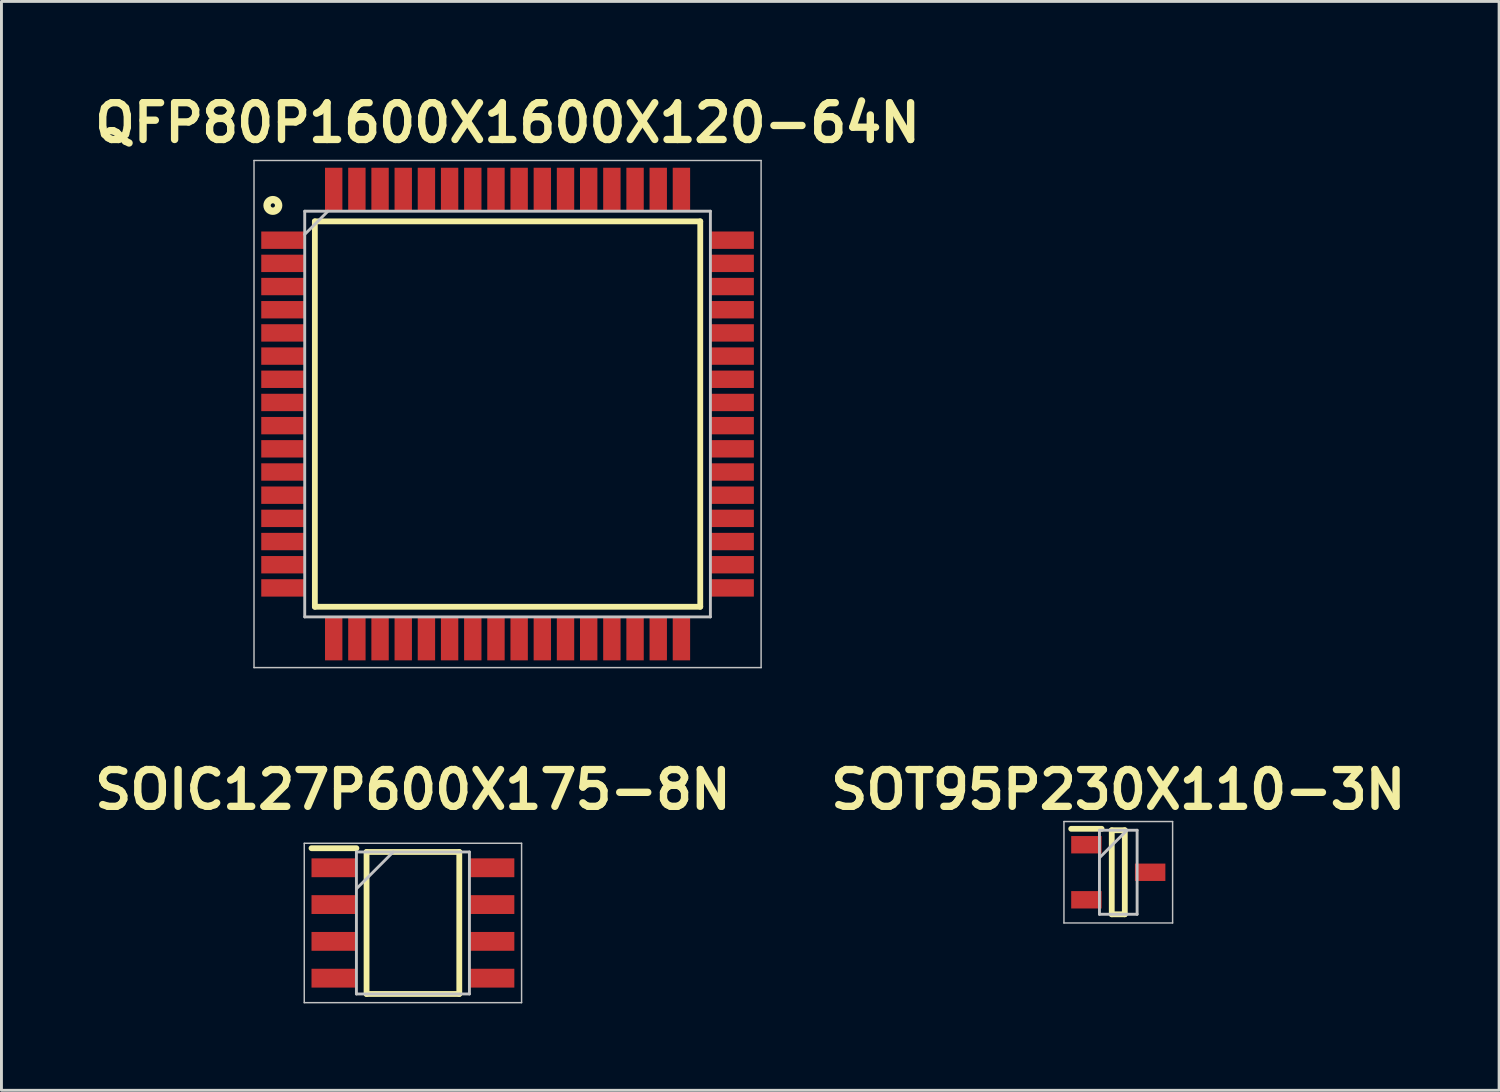
<source format=kicad_pcb>
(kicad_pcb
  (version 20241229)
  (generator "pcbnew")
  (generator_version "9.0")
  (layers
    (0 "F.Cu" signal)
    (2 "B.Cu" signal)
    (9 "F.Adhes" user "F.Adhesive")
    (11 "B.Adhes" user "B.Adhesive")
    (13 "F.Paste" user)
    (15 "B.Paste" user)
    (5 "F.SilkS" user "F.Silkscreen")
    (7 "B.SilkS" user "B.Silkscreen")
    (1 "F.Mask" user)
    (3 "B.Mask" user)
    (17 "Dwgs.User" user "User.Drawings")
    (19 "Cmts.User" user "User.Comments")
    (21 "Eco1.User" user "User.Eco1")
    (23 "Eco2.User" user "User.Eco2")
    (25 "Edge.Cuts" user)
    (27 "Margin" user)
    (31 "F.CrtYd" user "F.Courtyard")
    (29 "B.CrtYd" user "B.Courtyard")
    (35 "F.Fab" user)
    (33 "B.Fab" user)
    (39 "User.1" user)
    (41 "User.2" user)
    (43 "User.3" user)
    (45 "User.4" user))
  (footprint "QFP80P1600X1600X120-64N"
    (layer "F.Cu")
    (at 14.466 11.239)
    (property "Reference" "QFP80P1600X1600X120-64N" (at 0 -10.05 0) (layer "F.SilkS") (effects (font (size 1.27 1.27) (thickness 0.254))))
    (attr smd)
    (fp_line (start -6.65 -6.65) (end 6.65 -6.65) (stroke (width 0.2) (type solid)) (layer "F.SilkS"))
    (fp_line (start -6.65 6.65) (end -6.65 -6.65) (stroke (width 0.2) (type solid)) (layer "F.SilkS"))
    (fp_line (start 6.65 -6.65) (end 6.65 6.65) (stroke (width 0.2) (type solid)) (layer "F.SilkS"))
    (fp_line (start 6.65 6.65) (end -6.65 6.65) (stroke (width 0.2) (type solid)) (layer "F.SilkS"))
    (fp_circle (center -8.1 -7.2) (end -8.3 -7.2) (stroke (width 0.254) (type solid)) (fill no) (layer "F.SilkS"))
    (fp_line (start -8.75 -8.75) (end 8.75 -8.75) (stroke (width 0.05) (type solid)) (layer "Dwgs.User"))
    (fp_line (start -8.75 8.75) (end -8.75 -8.75) (stroke (width 0.05) (type solid)) (layer "Dwgs.User"))
    (fp_line (start -7 -7) (end 7 -7) (stroke (width 0.1) (type solid)) (layer "Dwgs.User"))
    (fp_line (start -7 -6.2) (end -6.2 -7) (stroke (width 0.1) (type solid)) (layer "Dwgs.User"))
    (fp_line (start -7 7) (end -7 -7) (stroke (width 0.1) (type solid)) (layer "Dwgs.User"))
    (fp_line (start 7 -7) (end 7 7) (stroke (width 0.1) (type solid)) (layer "Dwgs.User"))
    (fp_line (start 7 7) (end -7 7) (stroke (width 0.1) (type solid)) (layer "Dwgs.User"))
    (fp_line (start 8.75 -8.75) (end 8.75 8.75) (stroke (width 0.05) (type solid)) (layer "Dwgs.User"))
    (fp_line (start 8.75 8.75) (end -8.75 8.75) (stroke (width 0.05) (type solid)) (layer "Dwgs.User"))
    (pad "1" smd rect (at -7.75 -6 90) (size 0.6 1.5) (layers "F.Cu" "F.Mask" "F.Paste"))
    (pad "2" smd rect (at -7.75 -5.2 90) (size 0.6 1.5) (layers "F.Cu" "F.Mask" "F.Paste"))
    (pad "3" smd rect (at -7.75 -4.4 90) (size 0.6 1.5) (layers "F.Cu" "F.Mask" "F.Paste"))
    (pad "4" smd rect (at -7.75 -3.6 90) (size 0.6 1.5) (layers "F.Cu" "F.Mask" "F.Paste"))
    (pad "5" smd rect (at -7.75 -2.8 90) (size 0.6 1.5) (layers "F.Cu" "F.Mask" "F.Paste"))
    (pad "6" smd rect (at -7.75 -2 90) (size 0.6 1.5) (layers "F.Cu" "F.Mask" "F.Paste"))
    (pad "7" smd rect (at -7.75 -1.2 90) (size 0.6 1.5) (layers "F.Cu" "F.Mask" "F.Paste"))
    (pad "8" smd rect (at -7.75 -0.4 90) (size 0.6 1.5) (layers "F.Cu" "F.Mask" "F.Paste"))
    (pad "9" smd rect (at -7.75 0.4 90) (size 0.6 1.5) (layers "F.Cu" "F.Mask" "F.Paste"))
    (pad "10" smd rect (at -7.75 1.2 90) (size 0.6 1.5) (layers "F.Cu" "F.Mask" "F.Paste"))
    (pad "11" smd rect (at -7.75 2 90) (size 0.6 1.5) (layers "F.Cu" "F.Mask" "F.Paste"))
    (pad "12" smd rect (at -7.75 2.8 90) (size 0.6 1.5) (layers "F.Cu" "F.Mask" "F.Paste"))
    (pad "13" smd rect (at -7.75 3.6 90) (size 0.6 1.5) (layers "F.Cu" "F.Mask" "F.Paste"))
    (pad "14" smd rect (at -7.75 4.4 90) (size 0.6 1.5) (layers "F.Cu" "F.Mask" "F.Paste"))
    (pad "15" smd rect (at -7.75 5.2 90) (size 0.6 1.5) (layers "F.Cu" "F.Mask" "F.Paste"))
    (pad "16" smd rect (at -7.75 6 90) (size 0.6 1.5) (layers "F.Cu" "F.Mask" "F.Paste"))
    (pad "17" smd rect (at -6 7.75) (size 0.6 1.5) (layers "F.Cu" "F.Mask" "F.Paste"))
    (pad "18" smd rect (at -5.2 7.75) (size 0.6 1.5) (layers "F.Cu" "F.Mask" "F.Paste"))
    (pad "19" smd rect (at -4.4 7.75) (size 0.6 1.5) (layers "F.Cu" "F.Mask" "F.Paste"))
    (pad "20" smd rect (at -3.6 7.75) (size 0.6 1.5) (layers "F.Cu" "F.Mask" "F.Paste"))
    (pad "21" smd rect (at -2.8 7.75) (size 0.6 1.5) (layers "F.Cu" "F.Mask" "F.Paste"))
    (pad "22" smd rect (at -2 7.75) (size 0.6 1.5) (layers "F.Cu" "F.Mask" "F.Paste"))
    (pad "23" smd rect (at -1.2 7.75) (size 0.6 1.5) (layers "F.Cu" "F.Mask" "F.Paste"))
    (pad "24" smd rect (at -0.4 7.75) (size 0.6 1.5) (layers "F.Cu" "F.Mask" "F.Paste"))
    (pad "25" smd rect (at 0.4 7.75) (size 0.6 1.5) (layers "F.Cu" "F.Mask" "F.Paste"))
    (pad "26" smd rect (at 1.2 7.75) (size 0.6 1.5) (layers "F.Cu" "F.Mask" "F.Paste"))
    (pad "27" smd rect (at 2 7.75) (size 0.6 1.5) (layers "F.Cu" "F.Mask" "F.Paste"))
    (pad "28" smd rect (at 2.8 7.75) (size 0.6 1.5) (layers "F.Cu" "F.Mask" "F.Paste"))
    (pad "29" smd rect (at 3.6 7.75) (size 0.6 1.5) (layers "F.Cu" "F.Mask" "F.Paste"))
    (pad "30" smd rect (at 4.4 7.75) (size 0.6 1.5) (layers "F.Cu" "F.Mask" "F.Paste"))
    (pad "31" smd rect (at 5.2 7.75) (size 0.6 1.5) (layers "F.Cu" "F.Mask" "F.Paste"))
    (pad "32" smd rect (at 6 7.75) (size 0.6 1.5) (layers "F.Cu" "F.Mask" "F.Paste"))
    (pad "33" smd rect (at 7.75 6 90) (size 0.6 1.5) (layers "F.Cu" "F.Mask" "F.Paste"))
    (pad "34" smd rect (at 7.75 5.2 90) (size 0.6 1.5) (layers "F.Cu" "F.Mask" "F.Paste"))
    (pad "35" smd rect (at 7.75 4.4 90) (size 0.6 1.5) (layers "F.Cu" "F.Mask" "F.Paste"))
    (pad "36" smd rect (at 7.75 3.6 90) (size 0.6 1.5) (layers "F.Cu" "F.Mask" "F.Paste"))
    (pad "37" smd rect (at 7.75 2.8 90) (size 0.6 1.5) (layers "F.Cu" "F.Mask" "F.Paste"))
    (pad "38" smd rect (at 7.75 2 90) (size 0.6 1.5) (layers "F.Cu" "F.Mask" "F.Paste"))
    (pad "39" smd rect (at 7.75 1.2 90) (size 0.6 1.5) (layers "F.Cu" "F.Mask" "F.Paste"))
    (pad "40" smd rect (at 7.75 0.4 90) (size 0.6 1.5) (layers "F.Cu" "F.Mask" "F.Paste"))
    (pad "41" smd rect (at 7.75 -0.4 90) (size 0.6 1.5) (layers "F.Cu" "F.Mask" "F.Paste"))
    (pad "42" smd rect (at 7.75 -1.2 90) (size 0.6 1.5) (layers "F.Cu" "F.Mask" "F.Paste"))
    (pad "43" smd rect (at 7.75 -2 90) (size 0.6 1.5) (layers "F.Cu" "F.Mask" "F.Paste"))
    (pad "44" smd rect (at 7.75 -2.8 90) (size 0.6 1.5) (layers "F.Cu" "F.Mask" "F.Paste"))
    (pad "45" smd rect (at 7.75 -3.6 90) (size 0.6 1.5) (layers "F.Cu" "F.Mask" "F.Paste"))
    (pad "46" smd rect (at 7.75 -4.4 90) (size 0.6 1.5) (layers "F.Cu" "F.Mask" "F.Paste"))
    (pad "47" smd rect (at 7.75 -5.2 90) (size 0.6 1.5) (layers "F.Cu" "F.Mask" "F.Paste"))
    (pad "48" smd rect (at 7.75 -6 90) (size 0.6 1.5) (layers "F.Cu" "F.Mask" "F.Paste"))
    (pad "49" smd rect (at 6 -7.75) (size 0.6 1.5) (layers "F.Cu" "F.Mask" "F.Paste"))
    (pad "50" smd rect (at 5.2 -7.75) (size 0.6 1.5) (layers "F.Cu" "F.Mask" "F.Paste"))
    (pad "51" smd rect (at 4.4 -7.75) (size 0.6 1.5) (layers "F.Cu" "F.Mask" "F.Paste"))
    (pad "52" smd rect (at 3.6 -7.75) (size 0.6 1.5) (layers "F.Cu" "F.Mask" "F.Paste"))
    (pad "53" smd rect (at 2.8 -7.75) (size 0.6 1.5) (layers "F.Cu" "F.Mask" "F.Paste"))
    (pad "54" smd rect (at 2 -7.75) (size 0.6 1.5) (layers "F.Cu" "F.Mask" "F.Paste"))
    (pad "55" smd rect (at 1.2 -7.75) (size 0.6 1.5) (layers "F.Cu" "F.Mask" "F.Paste"))
    (pad "56" smd rect (at 0.4 -7.75) (size 0.6 1.5) (layers "F.Cu" "F.Mask" "F.Paste"))
    (pad "57" smd rect (at -0.4 -7.75) (size 0.6 1.5) (layers "F.Cu" "F.Mask" "F.Paste"))
    (pad "58" smd rect (at -1.2 -7.75) (size 0.6 1.5) (layers "F.Cu" "F.Mask" "F.Paste"))
    (pad "59" smd rect (at -2 -7.75) (size 0.6 1.5) (layers "F.Cu" "F.Mask" "F.Paste"))
    (pad "60" smd rect (at -2.8 -7.75) (size 0.6 1.5) (layers "F.Cu" "F.Mask" "F.Paste"))
    (pad "61" smd rect (at -3.6 -7.75) (size 0.6 1.5) (layers "F.Cu" "F.Mask" "F.Paste"))
    (pad "62" smd rect (at -4.4 -7.75) (size 0.6 1.5) (layers "F.Cu" "F.Mask" "F.Paste"))
    (pad "63" smd rect (at -5.2 -7.75) (size 0.6 1.5) (layers "F.Cu" "F.Mask" "F.Paste"))
    (pad "64" smd rect (at -6 -7.75) (size 0.6 1.5) (layers "F.Cu" "F.Mask" "F.Paste")))
  (footprint "SOT95P230X110-3N"
    (layer "F.Cu")
    (at 35.542 27.052)
    (property "Reference" "SOT95P230X110-3N" (at 0 -2.85 0) (layer "F.SilkS") (effects (font (size 1.27 1.27) (thickness 0.254))))
    (attr smd)
    (fp_line (start -1.625 -1.5) (end -0.575 -1.5) (stroke (width 0.2) (type solid)) (layer "F.SilkS"))
    (fp_line (start -0.225 -1.45) (end 0.225 -1.45) (stroke (width 0.2) (type solid)) (layer "F.SilkS"))
    (fp_line (start -0.225 1.45) (end -0.225 -1.45) (stroke (width 0.2) (type solid)) (layer "F.SilkS"))
    (fp_line (start 0.225 -1.45) (end 0.225 1.45) (stroke (width 0.2) (type solid)) (layer "F.SilkS"))
    (fp_line (start 0.225 1.45) (end -0.225 1.45) (stroke (width 0.2) (type solid)) (layer "F.SilkS"))
    (fp_line (start -1.875 -1.75) (end 1.875 -1.75) (stroke (width 0.05) (type solid)) (layer "Dwgs.User"))
    (fp_line (start -1.875 1.75) (end -1.875 -1.75) (stroke (width 0.05) (type solid)) (layer "Dwgs.User"))
    (fp_line (start -0.65 -1.45) (end 0.65 -1.45) (stroke (width 0.1) (type solid)) (layer "Dwgs.User"))
    (fp_line (start -0.65 -0.5) (end 0.3 -1.45) (stroke (width 0.1) (type solid)) (layer "Dwgs.User"))
    (fp_line (start -0.65 1.45) (end -0.65 -1.45) (stroke (width 0.1) (type solid)) (layer "Dwgs.User"))
    (fp_line (start 0.65 -1.45) (end 0.65 1.45) (stroke (width 0.1) (type solid)) (layer "Dwgs.User"))
    (fp_line (start 0.65 1.45) (end -0.65 1.45) (stroke (width 0.1) (type solid)) (layer "Dwgs.User"))
    (fp_line (start 1.875 -1.75) (end 1.875 1.75) (stroke (width 0.05) (type solid)) (layer "Dwgs.User"))
    (fp_line (start 1.875 1.75) (end -1.875 1.75) (stroke (width 0.05) (type solid)) (layer "Dwgs.User"))
    (pad "1" smd rect (at -1.1 -0.95 90) (size 0.6 1.05) (layers "F.Cu" "F.Mask" "F.Paste"))
    (pad "2" smd rect (at -1.1 0.95 90) (size 0.6 1.05) (layers "F.Cu" "F.Mask" "F.Paste"))
    (pad "3" smd rect (at 1.1 0 90) (size 0.6 1.05) (layers "F.Cu" "F.Mask" "F.Paste")))
  (footprint "SOIC127P600X175-8N"
    (layer "F.Cu")
    (at 11.2 28.802)
    (property "Reference" "SOIC127P600X175-8N" (at 0 -4.6 0) (layer "F.SilkS") (effects (font (size 1.27 1.27) (thickness 0.254))))
    (attr smd)
    (fp_line (start -3.5 -2.58) (end -1.95 -2.58) (stroke (width 0.2) (type solid)) (layer "F.SilkS"))
    (fp_line (start -1.6 -2.45) (end 1.6 -2.45) (stroke (width 0.2) (type solid)) (layer "F.SilkS"))
    (fp_line (start -1.6 2.45) (end -1.6 -2.45) (stroke (width 0.2) (type solid)) (layer "F.SilkS"))
    (fp_line (start 1.6 -2.45) (end 1.6 2.45) (stroke (width 0.2) (type solid)) (layer "F.SilkS"))
    (fp_line (start 1.6 2.45) (end -1.6 2.45) (stroke (width 0.2) (type solid)) (layer "F.SilkS"))
    (fp_line (start -3.75 -2.75) (end 3.75 -2.75) (stroke (width 0.05) (type solid)) (layer "Dwgs.User"))
    (fp_line (start -3.75 2.75) (end -3.75 -2.75) (stroke (width 0.05) (type solid)) (layer "Dwgs.User"))
    (fp_line (start -1.95 -2.45) (end 1.95 -2.45) (stroke (width 0.1) (type solid)) (layer "Dwgs.User"))
    (fp_line (start -1.95 -1.18) (end -0.68 -2.45) (stroke (width 0.1) (type solid)) (layer "Dwgs.User"))
    (fp_line (start -1.95 2.45) (end -1.95 -2.45) (stroke (width 0.1) (type solid)) (layer "Dwgs.User"))
    (fp_line (start 1.95 -2.45) (end 1.95 2.45) (stroke (width 0.1) (type solid)) (layer "Dwgs.User"))
    (fp_line (start 1.95 2.45) (end -1.95 2.45) (stroke (width 0.1) (type solid)) (layer "Dwgs.User"))
    (fp_line (start 3.75 -2.75) (end 3.75 2.75) (stroke (width 0.05) (type solid)) (layer "Dwgs.User"))
    (fp_line (start 3.75 2.75) (end -3.75 2.75) (stroke (width 0.05) (type solid)) (layer "Dwgs.User"))
    (pad "1" smd rect (at -2.725 -1.905 90) (size 0.65 1.55) (layers "F.Cu" "F.Mask" "F.Paste"))
    (pad "2" smd rect (at -2.725 -0.635 90) (size 0.65 1.55) (layers "F.Cu" "F.Mask" "F.Paste"))
    (pad "3" smd rect (at -2.725 0.635 90) (size 0.65 1.55) (layers "F.Cu" "F.Mask" "F.Paste"))
    (pad "4" smd rect (at -2.725 1.905 90) (size 0.65 1.55) (layers "F.Cu" "F.Mask" "F.Paste"))
    (pad "5" smd rect (at 2.725 1.905 90) (size 0.65 1.55) (layers "F.Cu" "F.Mask" "F.Paste"))
    (pad "6" smd rect (at 2.725 0.635 90) (size 0.65 1.55) (layers "F.Cu" "F.Mask" "F.Paste"))
    (pad "7" smd rect (at 2.725 -0.635 90) (size 0.65 1.55) (layers "F.Cu" "F.Mask" "F.Paste"))
    (pad "8" smd rect (at 2.725 -1.905 90) (size 0.65 1.55) (layers "F.Cu" "F.Mask" "F.Paste")))
  (gr_rect
    (start -3 -3)
    (end 48.684 34.577)
    (stroke (width 0.1) (type default))
    (fill no)
    (layer "Edge.Cuts")))
</source>
